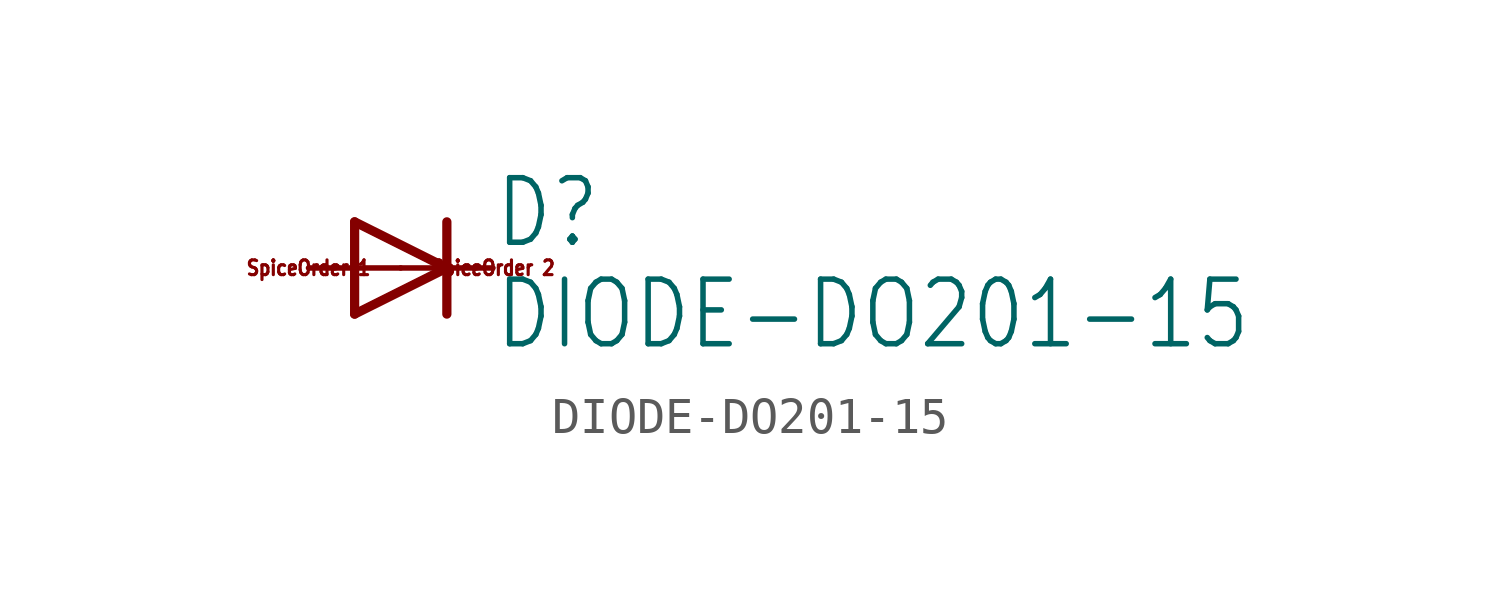
<source format=kicad_sym>
(kicad_symbol_lib
  (version 20211014)
  (generator kicad_symbol_editor)
  (symbol "DIODE-DO201-15"
    (property "Reference" "D"
      (at 2.54 0.483 0)
      (effects (font (size 1.778 1.511)) (justify left bottom)))
    (property "Value" "DIODE-DO201-15"
      (at 2.54 -2.311 0)
      (effects (font (size 1.778 1.511)) (justify left bottom)))
    (property "ki_locked" ""
      (at 0 0 0)
      (effects (font (size 1.27 1.27))))
    (symbol "DIODE-DO201-15_1_0"
      (polyline (pts (xy -1.27 -1.27) (xy 1.27 0)) (stroke (width 0.254) (type default) (color 0 0 0 0)) (fill (type none)))
      (polyline (pts (xy -1.27 1.27) (xy -1.27 -1.27)) (stroke (width 0.254) (type default) (color 0 0 0 0)) (fill (type none)))
      (polyline (pts (xy 1.27 0) (xy -1.27 1.27)) (stroke (width 0.254) (type default) (color 0 0 0 0)) (fill (type none)))
      (polyline (pts (xy 1.27 0) (xy 1.27 -1.27)) (stroke (width 0.254) (type default) (color 0 0 0 0)) (fill (type none)))
      (polyline (pts (xy 1.27 1.27) (xy 1.27 0)) (stroke (width 0.254) (type default) (color 0 0 0 0)) (fill (type none)))
      (text "SpiceOrder 1" (at -2.54 0 0) (effects (font (size 0.406 0.345))))
      (text "SpiceOrder 2" (at 2.54 0 0) (effects (font (size 0.406 0.345))))
      (pin passive line (at -2.54 0 0) (length 2.54) (name "A" (effects (font (size 0 0)))) (number "A" (effects (font (size 0 0)))))
      (pin passive line (at 2.54 0 180) (length 2.54) (name "C" (effects (font (size 0 0)))) (number "C" (effects (font (size 0 0))))))))
</source>
